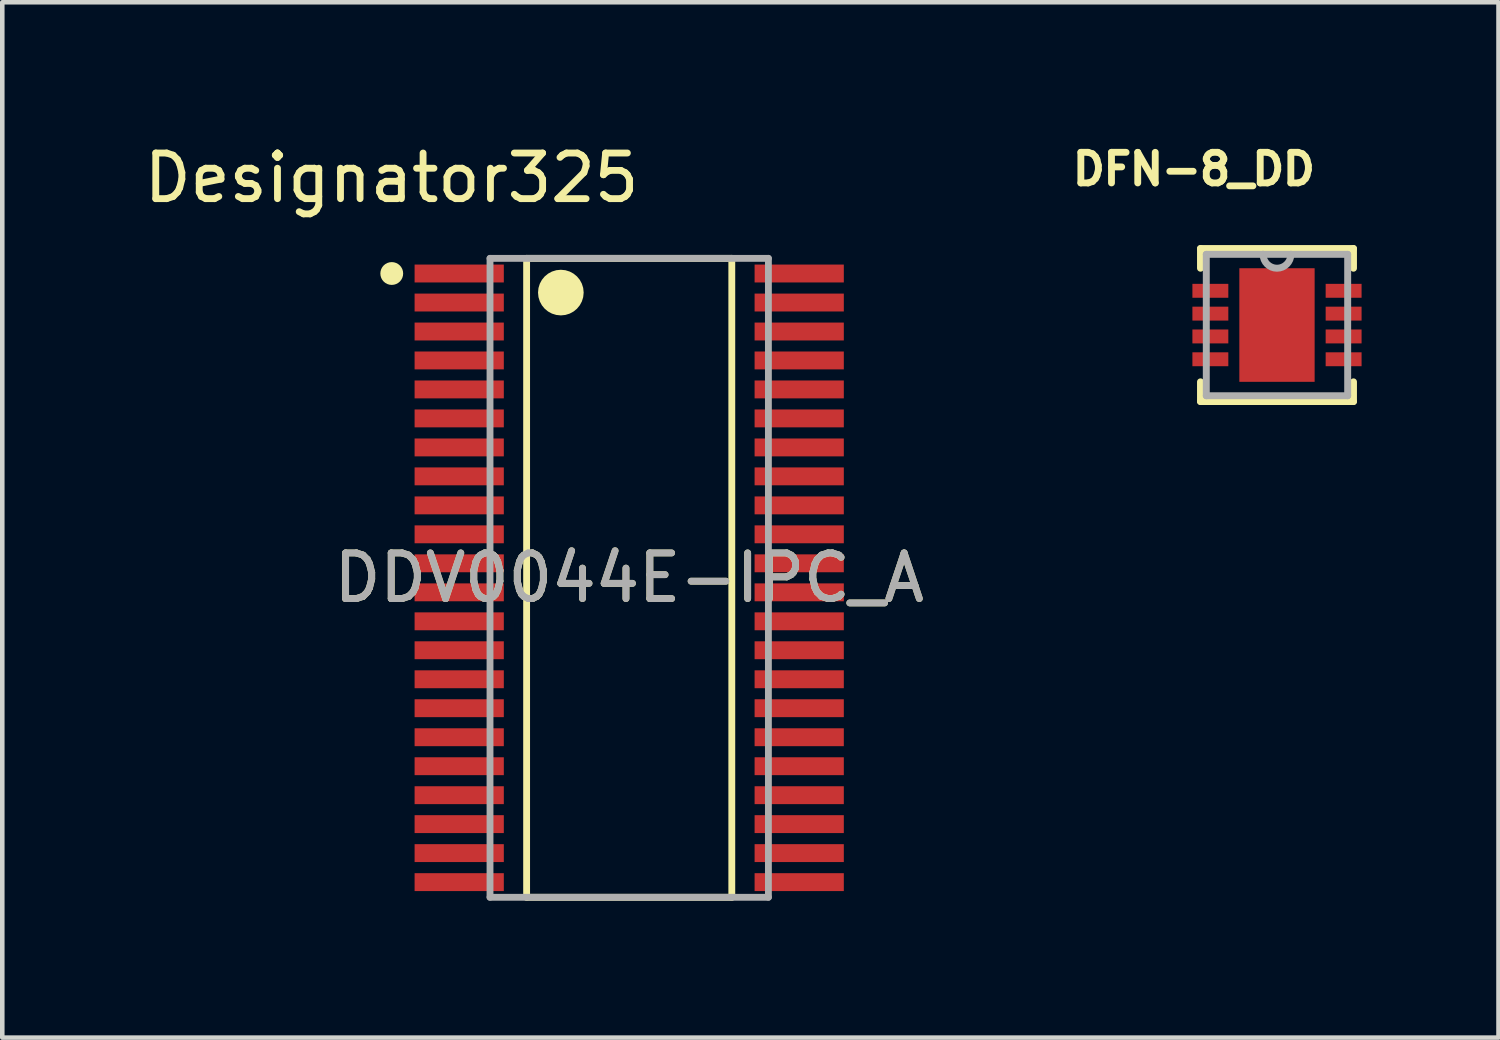
<source format=kicad_pcb>
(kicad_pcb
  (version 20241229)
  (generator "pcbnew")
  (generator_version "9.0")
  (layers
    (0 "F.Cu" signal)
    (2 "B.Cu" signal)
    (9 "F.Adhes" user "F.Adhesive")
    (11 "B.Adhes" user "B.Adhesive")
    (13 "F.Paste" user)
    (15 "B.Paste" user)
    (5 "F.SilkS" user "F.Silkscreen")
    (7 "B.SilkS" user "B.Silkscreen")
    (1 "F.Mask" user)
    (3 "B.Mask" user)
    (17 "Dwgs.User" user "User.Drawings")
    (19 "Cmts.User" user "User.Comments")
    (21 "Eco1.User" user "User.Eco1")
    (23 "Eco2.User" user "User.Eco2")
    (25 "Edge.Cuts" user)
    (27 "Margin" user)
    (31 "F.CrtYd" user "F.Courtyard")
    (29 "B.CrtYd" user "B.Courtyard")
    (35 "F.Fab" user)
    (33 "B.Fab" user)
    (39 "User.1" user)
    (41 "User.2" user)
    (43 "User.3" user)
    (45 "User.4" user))
  (footprint "DDV0044E-IPC_A"
    (layer "F.Cu")
    (at 10.737 9.611)
    (property "Reference" "DDV0044E-IPC_A" (at 0 0 0) (unlocked yes) (layer "F.SilkS") (effects (font (size 1 1) (thickness 0.15))))
    (attr smd)
    (fp_line (start -2.248 -7) (end 2.248 -7) (stroke (width 0.15) (type solid)) (layer "F.SilkS"))
    (fp_line (start -2.248 7) (end -2.248 -7) (stroke (width 0.15) (type solid)) (layer "F.SilkS"))
    (fp_line (start -2.248 7) (end 2.248 7) (stroke (width 0.15) (type solid)) (layer "F.SilkS"))
    (fp_line (start 2.248 7) (end 2.248 -7) (stroke (width 0.15) (type solid)) (layer "F.SilkS"))
    (fp_circle (center -5.203 -6.668) (end -5.078 -6.668) (stroke (width 0.25) (type solid)) (fill no) (layer "F.SilkS"))
    (fp_circle (center -1.498 -6.25) (end -1.248 -6.25) (stroke (width 0.5) (type solid)) (fill no) (layer "F.SilkS"))
    (fp_line (start -3.05 -7) (end 3.05 -7) (stroke (width 0.15) (type solid)) (layer "F.Fab"))
    (fp_line (start -3.05 7) (end -3.05 -7) (stroke (width 0.15) (type solid)) (layer "F.Fab"))
    (fp_line (start -3.05 7) (end 3.05 7) (stroke (width 0.15) (type solid)) (layer "F.Fab"))
    (fp_line (start 3.05 7) (end 3.05 -7) (stroke (width 0.15) (type solid)) (layer "F.Fab"))
    (fp_text user "Designator325" (at -5.207 -8.763 0) (unlocked yes) (layer "F.SilkS") (effects (font (size 1 1) (thickness 0.15))))
    (fp_text user "${REFERENCE}" (at 0 0 0) (unlocked yes) (layer "F.Fab") (effects (font (size 1 1) (thickness 0.15))))
    (pad "1" smd rect (at -3.725 -6.668) (size 1.955 0.392) (layers "F.Cu" "F.Mask" "F.Paste"))
    (pad "2" smd rect (at -3.725 -6.032) (size 1.955 0.392) (layers "F.Cu" "F.Mask" "F.Paste"))
    (pad "3" smd rect (at -3.725 -5.397) (size 1.955 0.392) (layers "F.Cu" "F.Mask" "F.Paste"))
    (pad "4" smd rect (at -3.725 -4.763) (size 1.955 0.392) (layers "F.Cu" "F.Mask" "F.Paste"))
    (pad "5" smd rect (at -3.725 -4.128) (size 1.955 0.392) (layers "F.Cu" "F.Mask" "F.Paste"))
    (pad "6" smd rect (at -3.725 -3.493) (size 1.955 0.392) (layers "F.Cu" "F.Mask" "F.Paste"))
    (pad "7" smd rect (at -3.725 -2.857) (size 1.955 0.392) (layers "F.Cu" "F.Mask" "F.Paste"))
    (pad "8" smd rect (at -3.725 -2.223) (size 1.955 0.392) (layers "F.Cu" "F.Mask" "F.Paste"))
    (pad "9" smd rect (at -3.725 -1.587) (size 1.955 0.392) (layers "F.Cu" "F.Mask" "F.Paste"))
    (pad "10" smd rect (at -3.725 -0.953) (size 1.955 0.392) (layers "F.Cu" "F.Mask" "F.Paste"))
    (pad "11" smd rect (at -3.725 -0.318) (size 1.955 0.392) (layers "F.Cu" "F.Mask" "F.Paste"))
    (pad "12" smd rect (at -3.725 0.318) (size 1.955 0.392) (layers "F.Cu" "F.Mask" "F.Paste"))
    (pad "13" smd rect (at -3.725 0.953) (size 1.955 0.392) (layers "F.Cu" "F.Mask" "F.Paste"))
    (pad "14" smd rect (at -3.725 1.587) (size 1.955 0.392) (layers "F.Cu" "F.Mask" "F.Paste"))
    (pad "15" smd rect (at -3.725 2.223) (size 1.955 0.392) (layers "F.Cu" "F.Mask" "F.Paste"))
    (pad "16" smd rect (at -3.725 2.857) (size 1.955 0.392) (layers "F.Cu" "F.Mask" "F.Paste"))
    (pad "17" smd rect (at -3.725 3.493) (size 1.955 0.392) (layers "F.Cu" "F.Mask" "F.Paste"))
    (pad "18" smd rect (at -3.725 4.128) (size 1.955 0.392) (layers "F.Cu" "F.Mask" "F.Paste"))
    (pad "19" smd rect (at -3.725 4.763) (size 1.955 0.392) (layers "F.Cu" "F.Mask" "F.Paste"))
    (pad "20" smd rect (at -3.725 5.397) (size 1.955 0.392) (layers "F.Cu" "F.Mask" "F.Paste"))
    (pad "21" smd rect (at -3.725 6.032) (size 1.955 0.392) (layers "F.Cu" "F.Mask" "F.Paste"))
    (pad "22" smd rect (at -3.725 6.668) (size 1.955 0.392) (layers "F.Cu" "F.Mask" "F.Paste"))
    (pad "23" smd rect (at 3.725 6.668) (size 1.955 0.392) (layers "F.Cu" "F.Mask" "F.Paste"))
    (pad "24" smd rect (at 3.725 6.032) (size 1.955 0.392) (layers "F.Cu" "F.Mask" "F.Paste"))
    (pad "25" smd rect (at 3.725 5.397) (size 1.955 0.392) (layers "F.Cu" "F.Mask" "F.Paste"))
    (pad "26" smd rect (at 3.725 4.763) (size 1.955 0.392) (layers "F.Cu" "F.Mask" "F.Paste"))
    (pad "27" smd rect (at 3.725 4.128) (size 1.955 0.392) (layers "F.Cu" "F.Mask" "F.Paste"))
    (pad "28" smd rect (at 3.725 3.493) (size 1.955 0.392) (layers "F.Cu" "F.Mask" "F.Paste"))
    (pad "29" smd rect (at 3.725 2.857) (size 1.955 0.392) (layers "F.Cu" "F.Mask" "F.Paste"))
    (pad "30" smd rect (at 3.725 2.223) (size 1.955 0.392) (layers "F.Cu" "F.Mask" "F.Paste"))
    (pad "31" smd rect (at 3.725 1.587) (size 1.955 0.392) (layers "F.Cu" "F.Mask" "F.Paste"))
    (pad "32" smd rect (at 3.725 0.953) (size 1.955 0.392) (layers "F.Cu" "F.Mask" "F.Paste"))
    (pad "33" smd rect (at 3.725 0.318) (size 1.955 0.392) (layers "F.Cu" "F.Mask" "F.Paste"))
    (pad "34" smd rect (at 3.725 -0.318) (size 1.955 0.392) (layers "F.Cu" "F.Mask" "F.Paste"))
    (pad "35" smd rect (at 3.725 -0.953) (size 1.955 0.392) (layers "F.Cu" "F.Mask" "F.Paste"))
    (pad "36" smd rect (at 3.725 -1.587) (size 1.955 0.392) (layers "F.Cu" "F.Mask" "F.Paste"))
    (pad "37" smd rect (at 3.725 -2.223) (size 1.955 0.392) (layers "F.Cu" "F.Mask" "F.Paste"))
    (pad "38" smd rect (at 3.725 -2.857) (size 1.955 0.392) (layers "F.Cu" "F.Mask" "F.Paste"))
    (pad "39" smd rect (at 3.725 -3.493) (size 1.955 0.392) (layers "F.Cu" "F.Mask" "F.Paste"))
    (pad "40" smd rect (at 3.725 -4.128) (size 1.955 0.392) (layers "F.Cu" "F.Mask" "F.Paste"))
    (pad "41" smd rect (at 3.725 -4.763) (size 1.955 0.392) (layers "F.Cu" "F.Mask" "F.Paste"))
    (pad "42" smd rect (at 3.725 -5.397) (size 1.955 0.392) (layers "F.Cu" "F.Mask" "F.Paste"))
    (pad "43" smd rect (at 3.725 -6.032) (size 1.955 0.392) (layers "F.Cu" "F.Mask" "F.Paste"))
    (pad "44" smd rect (at 3.725 -6.668) (size 1.955 0.392) (layers "F.Cu" "F.Mask" "F.Paste")))
  (footprint "DFN-8_DD"
    (layer "F.Cu")
    (at 24.931 4.072)
    (property "Reference" "DFN-8_DD" (at -1.821 -3.416 0) (layer "F.SilkS") (effects (font (size 0.671 0.671) (thickness 0.15))))
    (attr smd)
    (fp_line (start -1.676 -1.676) (end -1.676 -1.245) (stroke (width 0.152) (type solid)) (layer "F.SilkS"))
    (fp_line (start -1.676 1.245) (end -1.676 1.676) (stroke (width 0.152) (type solid)) (layer "F.SilkS"))
    (fp_line (start -1.676 1.676) (end 1.676 1.676) (stroke (width 0.152) (type solid)) (layer "F.SilkS"))
    (fp_line (start 1.676 -1.676) (end -1.676 -1.676) (stroke (width 0.152) (type solid)) (layer "F.SilkS"))
    (fp_line (start 1.676 -1.245) (end 1.676 -1.676) (stroke (width 0.152) (type solid)) (layer "F.SilkS"))
    (fp_line (start 1.676 1.676) (end 1.676 1.245) (stroke (width 0.152) (type solid)) (layer "F.SilkS"))
    (fp_poly (pts (xy -0.826 -1.245) (xy -0.826 1.245) (xy 0.826 1.245) (xy 0.826 -1.245)) (stroke (width 0.025) (type solid)) (fill yes) (layer "F.Paste"))
    (fp_line (start -1.549 -1.549) (end -1.549 1.549) (stroke (width 0.152) (type solid)) (layer "F.Fab"))
    (fp_line (start -1.549 1.549) (end 1.549 1.549) (stroke (width 0.152) (type solid)) (layer "F.Fab"))
    (fp_line (start -0.305 -1.549) (end -1.549 -1.549) (stroke (width 0.152) (type solid)) (layer "F.Fab"))
    (fp_line (start 0.305 -1.549) (end -0.305 -1.549) (stroke (width 0.152) (type solid)) (layer "F.Fab"))
    (fp_line (start 1.549 -1.549) (end 0.305 -1.549) (stroke (width 0.152) (type solid)) (layer "F.Fab"))
    (fp_line (start 1.549 1.549) (end 1.549 -1.549) (stroke (width 0.152) (type solid)) (layer "F.Fab"))
    (fp_arc (start 0.3048 -1.5494) (mid 0 -1.2446) (end -0.3048 -1.5494) (stroke (width 0.1524) (type solid)) (layer "F.Fab"))
    (pad "1" smd rect (at -1.46 -0.75) (size 0.787 0.305) (layers "F.Cu" "F.Mask" "F.Paste"))
    (pad "2" smd rect (at -1.46 -0.25) (size 0.787 0.305) (layers "F.Cu" "F.Mask" "F.Paste"))
    (pad "3" smd rect (at -1.46 0.25) (size 0.787 0.305) (layers "F.Cu" "F.Mask" "F.Paste"))
    (pad "4" smd rect (at -1.46 0.75) (size 0.787 0.305) (layers "F.Cu" "F.Mask" "F.Paste"))
    (pad "5" smd rect (at 1.46 0.75) (size 0.787 0.305) (layers "F.Cu" "F.Mask" "F.Paste"))
    (pad "6" smd rect (at 1.46 0.25) (size 0.787 0.305) (layers "F.Cu" "F.Mask" "F.Paste"))
    (pad "7" smd rect (at 1.46 -0.25) (size 0.787 0.305) (layers "F.Cu" "F.Mask" "F.Paste"))
    (pad "8" smd rect (at 1.46 -0.75) (size 0.787 0.305) (layers "F.Cu" "F.Mask" "F.Paste"))
    (pad "9" smd rect (at 0 0) (size 1.65 2.489) (layers "F.Cu" "F.Mask")))
  (gr_rect
    (start -3 -3)
    (end 29.785 19.686)
    (stroke (width 0.1) (type default))
    (fill no)
    (layer "Edge.Cuts")))
</source>
